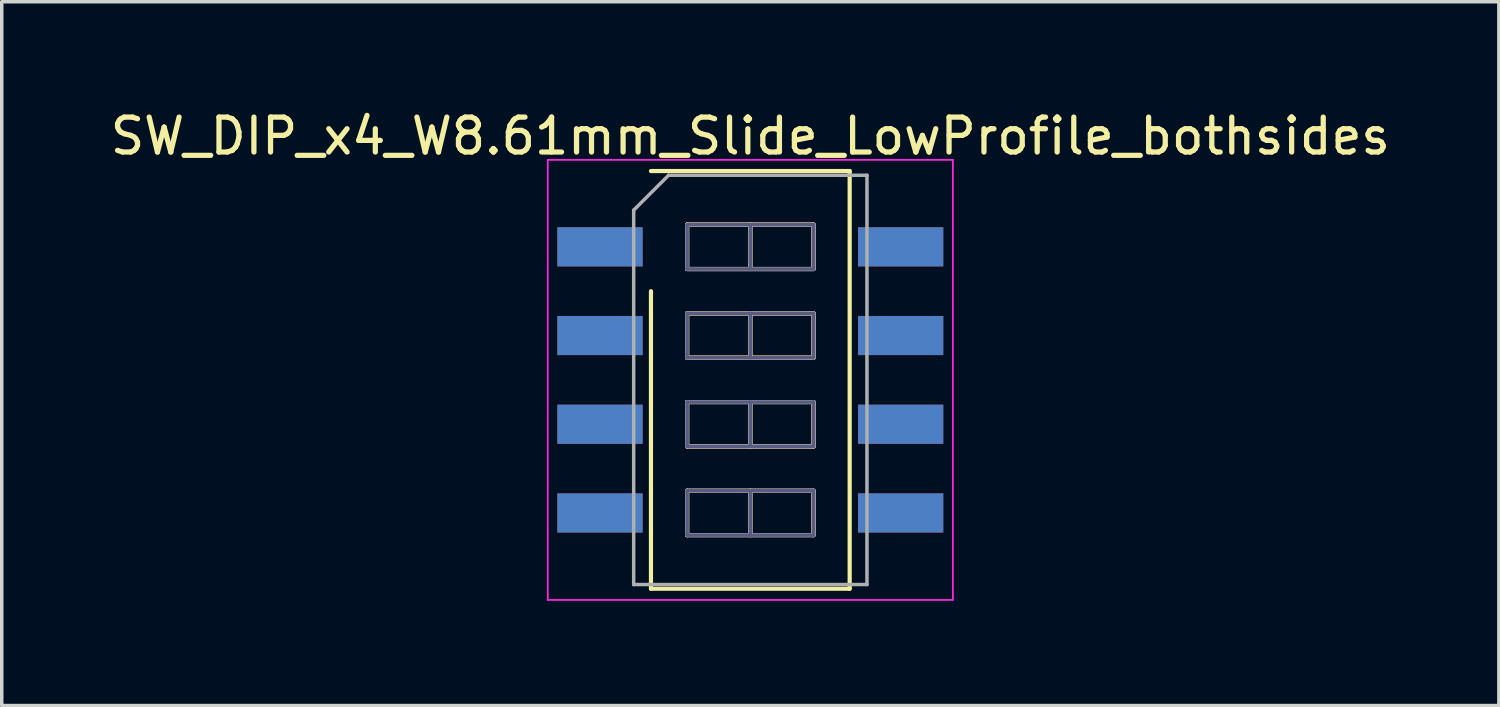
<source format=kicad_pcb>
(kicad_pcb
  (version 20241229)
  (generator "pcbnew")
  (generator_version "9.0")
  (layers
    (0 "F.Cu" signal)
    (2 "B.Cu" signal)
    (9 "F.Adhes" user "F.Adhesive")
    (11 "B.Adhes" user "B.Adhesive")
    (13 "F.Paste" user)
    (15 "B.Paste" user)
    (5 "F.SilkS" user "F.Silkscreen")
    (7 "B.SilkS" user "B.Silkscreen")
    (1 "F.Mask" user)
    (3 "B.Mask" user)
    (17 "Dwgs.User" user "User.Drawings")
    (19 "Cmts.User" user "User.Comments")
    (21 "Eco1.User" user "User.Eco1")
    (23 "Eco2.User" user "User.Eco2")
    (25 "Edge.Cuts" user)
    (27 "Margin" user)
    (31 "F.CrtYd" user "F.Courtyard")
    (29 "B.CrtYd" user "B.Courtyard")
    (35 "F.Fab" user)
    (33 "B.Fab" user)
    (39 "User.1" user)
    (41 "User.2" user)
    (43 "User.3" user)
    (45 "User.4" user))
  (footprint "SW_DIP_x4_W8.61mm_Slide_LowProfile_bothsides"
    (layer "F.Cu")
    (at 18.435 7.828)
    (property "Reference" "SW_DIP_x4_W8.61mm_Slide_LowProfile_bothsides" (at 0 -6.98 180) (layer "F.SilkS") (effects (font (size 1 1) (thickness 0.15))))
    (attr smd)
    (fp_line (start -2.845 -5.98) (end 2.845 -5.98) (stroke (width 0.12) (type solid)) (layer "F.SilkS"))
    (fp_line (start -2.845 5.98) (end -2.845 -2.54) (stroke (width 0.12) (type solid)) (layer "F.SilkS"))
    (fp_line (start -1.81 -4.445) (end -1.81 -3.175) (stroke (width 0.12) (type solid)) (layer "F.SilkS"))
    (fp_line (start -1.81 -3.175) (end 1.81 -3.175) (stroke (width 0.12) (type solid)) (layer "F.SilkS"))
    (fp_line (start -1.81 -1.905) (end -1.81 -0.635) (stroke (width 0.12) (type solid)) (layer "F.SilkS"))
    (fp_line (start -1.81 -0.635) (end 1.81 -0.635) (stroke (width 0.12) (type solid)) (layer "F.SilkS"))
    (fp_line (start -1.81 0.635) (end -1.81 1.905) (stroke (width 0.12) (type solid)) (layer "F.SilkS"))
    (fp_line (start -1.81 1.905) (end 1.81 1.905) (stroke (width 0.12) (type solid)) (layer "F.SilkS"))
    (fp_line (start -1.81 3.175) (end -1.81 4.445) (stroke (width 0.12) (type solid)) (layer "F.SilkS"))
    (fp_line (start -1.81 4.445) (end 1.81 4.445) (stroke (width 0.12) (type solid)) (layer "F.SilkS"))
    (fp_line (start 0 -4.445) (end 0 -3.175) (stroke (width 0.12) (type solid)) (layer "F.SilkS"))
    (fp_line (start 0 -1.905) (end 0 -0.635) (stroke (width 0.12) (type solid)) (layer "F.SilkS"))
    (fp_line (start 0 0.635) (end 0 1.905) (stroke (width 0.12) (type solid)) (layer "F.SilkS"))
    (fp_line (start 0 3.175) (end 0 4.445) (stroke (width 0.12) (type solid)) (layer "F.SilkS"))
    (fp_line (start 1.81 -4.445) (end -1.81 -4.445) (stroke (width 0.12) (type solid)) (layer "F.SilkS"))
    (fp_line (start 1.81 -3.175) (end 1.81 -4.445) (stroke (width 0.12) (type solid)) (layer "F.SilkS"))
    (fp_line (start 1.81 -1.905) (end -1.81 -1.905) (stroke (width 0.12) (type solid)) (layer "F.SilkS"))
    (fp_line (start 1.81 -0.635) (end 1.81 -1.905) (stroke (width 0.12) (type solid)) (layer "F.SilkS"))
    (fp_line (start 1.81 0.635) (end -1.81 0.635) (stroke (width 0.12) (type solid)) (layer "F.SilkS"))
    (fp_line (start 1.81 1.905) (end 1.81 0.635) (stroke (width 0.12) (type solid)) (layer "F.SilkS"))
    (fp_line (start 1.81 3.175) (end -1.81 3.175) (stroke (width 0.12) (type solid)) (layer "F.SilkS"))
    (fp_line (start 1.81 4.445) (end 1.81 3.175) (stroke (width 0.12) (type solid)) (layer "F.SilkS"))
    (fp_line (start 2.845 -5.98) (end 2.845 5.98) (stroke (width 0.12) (type solid)) (layer "F.SilkS"))
    (fp_line (start 2.845 5.98) (end -2.845 5.98) (stroke (width 0.12) (type solid)) (layer "F.SilkS"))
    (fp_line (start -1.81 -4.445) (end 1.81 -4.445) (stroke (width 0.12) (type solid)) (layer "B.SilkS"))
    (fp_line (start -1.81 -3.175) (end -1.81 -4.445) (stroke (width 0.12) (type solid)) (layer "B.SilkS"))
    (fp_line (start -1.81 -1.905) (end 1.81 -1.905) (stroke (width 0.12) (type solid)) (layer "B.SilkS"))
    (fp_line (start -1.81 -0.635) (end -1.81 -1.905) (stroke (width 0.12) (type solid)) (layer "B.SilkS"))
    (fp_line (start -1.81 0.635) (end 1.81 0.635) (stroke (width 0.12) (type solid)) (layer "B.SilkS"))
    (fp_line (start -1.81 1.905) (end -1.81 0.635) (stroke (width 0.12) (type solid)) (layer "B.SilkS"))
    (fp_line (start -1.81 3.175) (end 1.81 3.175) (stroke (width 0.12) (type solid)) (layer "B.SilkS"))
    (fp_line (start -1.81 4.445) (end -1.81 3.175) (stroke (width 0.12) (type solid)) (layer "B.SilkS"))
    (fp_line (start 0 -3.175) (end 0 -4.445) (stroke (width 0.12) (type solid)) (layer "B.SilkS"))
    (fp_line (start 0 -0.635) (end 0 -1.905) (stroke (width 0.12) (type solid)) (layer "B.SilkS"))
    (fp_line (start 0 1.905) (end 0 0.635) (stroke (width 0.12) (type solid)) (layer "B.SilkS"))
    (fp_line (start 0 4.445) (end 0 3.175) (stroke (width 0.12) (type solid)) (layer "B.SilkS"))
    (fp_line (start 1.81 -4.445) (end 1.81 -3.175) (stroke (width 0.12) (type solid)) (layer "B.SilkS"))
    (fp_line (start 1.81 -3.175) (end -1.81 -3.175) (stroke (width 0.12) (type solid)) (layer "B.SilkS"))
    (fp_line (start 1.81 -1.905) (end 1.81 -0.635) (stroke (width 0.12) (type solid)) (layer "B.SilkS"))
    (fp_line (start 1.81 -0.635) (end -1.81 -0.635) (stroke (width 0.12) (type solid)) (layer "B.SilkS"))
    (fp_line (start 1.81 0.635) (end 1.81 1.905) (stroke (width 0.12) (type solid)) (layer "B.SilkS"))
    (fp_line (start 1.81 1.905) (end -1.81 1.905) (stroke (width 0.12) (type solid)) (layer "B.SilkS"))
    (fp_line (start 1.81 3.175) (end 1.81 4.445) (stroke (width 0.12) (type solid)) (layer "B.SilkS"))
    (fp_line (start 1.81 4.445) (end -1.81 4.445) (stroke (width 0.12) (type solid)) (layer "B.SilkS"))
    (fp_line (start -5.8 -6.3) (end -5.8 6.3) (stroke (width 0.05) (type solid)) (layer "F.CrtYd"))
    (fp_line (start -5.8 6.3) (end 5.8 6.3) (stroke (width 0.05) (type solid)) (layer "F.CrtYd"))
    (fp_line (start 5.8 -6.3) (end -5.8 -6.3) (stroke (width 0.05) (type solid)) (layer "F.CrtYd"))
    (fp_line (start 5.8 6.3) (end 5.8 -6.3) (stroke (width 0.05) (type solid)) (layer "F.CrtYd"))
    (fp_line (start -1.81 -4.445) (end 1.81 -4.445) (stroke (width 0.1) (type solid)) (layer "B.Fab"))
    (fp_line (start -1.81 -3.175) (end -1.81 -4.445) (stroke (width 0.1) (type solid)) (layer "B.Fab"))
    (fp_line (start -1.81 -1.905) (end 1.81 -1.905) (stroke (width 0.1) (type solid)) (layer "B.Fab"))
    (fp_line (start -1.81 -0.635) (end -1.81 -1.905) (stroke (width 0.1) (type solid)) (layer "B.Fab"))
    (fp_line (start -1.81 0.635) (end 1.81 0.635) (stroke (width 0.1) (type solid)) (layer "B.Fab"))
    (fp_line (start -1.81 1.905) (end -1.81 0.635) (stroke (width 0.1) (type solid)) (layer "B.Fab"))
    (fp_line (start -1.81 3.175) (end 1.81 3.175) (stroke (width 0.1) (type solid)) (layer "B.Fab"))
    (fp_line (start -1.81 4.445) (end -1.81 3.175) (stroke (width 0.1) (type solid)) (layer "B.Fab"))
    (fp_line (start 0 -3.175) (end 0 -4.445) (stroke (width 0.1) (type solid)) (layer "B.Fab"))
    (fp_line (start 0 -0.635) (end 0 -1.905) (stroke (width 0.1) (type solid)) (layer "B.Fab"))
    (fp_line (start 0 1.905) (end 0 0.635) (stroke (width 0.1) (type solid)) (layer "B.Fab"))
    (fp_line (start 0 4.445) (end 0 3.175) (stroke (width 0.1) (type solid)) (layer "B.Fab"))
    (fp_line (start 1.81 -4.445) (end 1.81 -3.175) (stroke (width 0.1) (type solid)) (layer "B.Fab"))
    (fp_line (start 1.81 -3.175) (end -1.81 -3.175) (stroke (width 0.1) (type solid)) (layer "B.Fab"))
    (fp_line (start 1.81 -1.905) (end 1.81 -0.635) (stroke (width 0.1) (type solid)) (layer "B.Fab"))
    (fp_line (start 1.81 -0.635) (end -1.81 -0.635) (stroke (width 0.1) (type solid)) (layer "B.Fab"))
    (fp_line (start 1.81 0.635) (end 1.81 1.905) (stroke (width 0.1) (type solid)) (layer "B.Fab"))
    (fp_line (start 1.81 1.905) (end -1.81 1.905) (stroke (width 0.1) (type solid)) (layer "B.Fab"))
    (fp_line (start 1.81 3.175) (end 1.81 4.445) (stroke (width 0.1) (type solid)) (layer "B.Fab"))
    (fp_line (start 1.81 4.445) (end -1.81 4.445) (stroke (width 0.1) (type solid)) (layer "B.Fab"))
    (fp_line (start -3.34 -4.86) (end -2.34 -5.86) (stroke (width 0.1) (type solid)) (layer "F.Fab"))
    (fp_line (start -3.34 5.86) (end -3.34 -4.86) (stroke (width 0.1) (type solid)) (layer "F.Fab"))
    (fp_line (start -2.34 -5.86) (end 3.34 -5.86) (stroke (width 0.1) (type solid)) (layer "F.Fab"))
    (fp_line (start -1.81 -4.445) (end -1.81 -3.175) (stroke (width 0.1) (type solid)) (layer "F.Fab"))
    (fp_line (start -1.81 -3.175) (end 1.81 -3.175) (stroke (width 0.1) (type solid)) (layer "F.Fab"))
    (fp_line (start -1.81 -1.905) (end -1.81 -0.635) (stroke (width 0.1) (type solid)) (layer "F.Fab"))
    (fp_line (start -1.81 -0.635) (end 1.81 -0.635) (stroke (width 0.1) (type solid)) (layer "F.Fab"))
    (fp_line (start -1.81 0.635) (end -1.81 1.905) (stroke (width 0.1) (type solid)) (layer "F.Fab"))
    (fp_line (start -1.81 1.905) (end 1.81 1.905) (stroke (width 0.1) (type solid)) (layer "F.Fab"))
    (fp_line (start -1.81 3.175) (end -1.81 4.445) (stroke (width 0.1) (type solid)) (layer "F.Fab"))
    (fp_line (start -1.81 4.445) (end 1.81 4.445) (stroke (width 0.1) (type solid)) (layer "F.Fab"))
    (fp_line (start 0 -4.445) (end 0 -3.175) (stroke (width 0.1) (type solid)) (layer "F.Fab"))
    (fp_line (start 0 -1.905) (end 0 -0.635) (stroke (width 0.1) (type solid)) (layer "F.Fab"))
    (fp_line (start 0 0.635) (end 0 1.905) (stroke (width 0.1) (type solid)) (layer "F.Fab"))
    (fp_line (start 0 3.175) (end 0 4.445) (stroke (width 0.1) (type solid)) (layer "F.Fab"))
    (fp_line (start 1.81 -4.445) (end -1.81 -4.445) (stroke (width 0.1) (type solid)) (layer "F.Fab"))
    (fp_line (start 1.81 -3.175) (end 1.81 -4.445) (stroke (width 0.1) (type solid)) (layer "F.Fab"))
    (fp_line (start 1.81 -1.905) (end -1.81 -1.905) (stroke (width 0.1) (type solid)) (layer "F.Fab"))
    (fp_line (start 1.81 -0.635) (end 1.81 -1.905) (stroke (width 0.1) (type solid)) (layer "F.Fab"))
    (fp_line (start 1.81 0.635) (end -1.81 0.635) (stroke (width 0.1) (type solid)) (layer "F.Fab"))
    (fp_line (start 1.81 1.905) (end 1.81 0.635) (stroke (width 0.1) (type solid)) (layer "F.Fab"))
    (fp_line (start 1.81 3.175) (end -1.81 3.175) (stroke (width 0.1) (type solid)) (layer "F.Fab"))
    (fp_line (start 1.81 4.445) (end 1.81 3.175) (stroke (width 0.1) (type solid)) (layer "F.Fab"))
    (fp_line (start 3.34 -5.86) (end 3.34 5.86) (stroke (width 0.1) (type solid)) (layer "F.Fab"))
    (fp_line (start 3.34 5.86) (end -3.34 5.86) (stroke (width 0.1) (type solid)) (layer "F.Fab"))
    (pad "1" smd rect (at -4.305 -3.81) (size 2.44 1.12) (layers "F.Cu" "F.Mask"))
    (pad "1" smd rect (at -4.305 -3.81) (size 2.44 1.12) (layers "B.Cu" "B.Mask"))
    (pad "2" smd rect (at -4.305 -1.27) (size 2.44 1.12) (layers "F.Cu" "F.Mask"))
    (pad "2" smd rect (at -4.305 -1.27) (size 2.44 1.12) (layers "B.Cu" "B.Mask"))
    (pad "3" smd rect (at -4.305 1.27) (size 2.44 1.12) (layers "F.Cu" "F.Mask"))
    (pad "3" smd rect (at -4.305 1.27) (size 2.44 1.12) (layers "B.Cu" "B.Mask"))
    (pad "4" smd rect (at -4.305 3.81) (size 2.44 1.12) (layers "F.Cu" "F.Mask"))
    (pad "4" smd rect (at -4.305 3.81) (size 2.44 1.12) (layers "B.Cu" "B.Mask"))
    (pad "5" smd rect (at 4.305 3.81) (size 2.44 1.12) (layers "F.Cu" "F.Mask"))
    (pad "5" smd rect (at 4.305 3.81) (size 2.44 1.12) (layers "B.Cu" "B.Mask"))
    (pad "6" smd rect (at 4.305 1.27) (size 2.44 1.12) (layers "F.Cu" "F.Mask"))
    (pad "6" smd rect (at 4.305 1.27) (size 2.44 1.12) (layers "B.Cu" "B.Mask"))
    (pad "7" smd rect (at 4.305 -1.27) (size 2.44 1.12) (layers "F.Cu" "F.Mask"))
    (pad "7" smd rect (at 4.305 -1.27) (size 2.44 1.12) (layers "B.Cu" "B.Mask"))
    (pad "8" smd rect (at 4.305 -3.81) (size 2.44 1.12) (layers "F.Cu" "F.Mask"))
    (pad "8" smd rect (at 4.305 -3.81) (size 2.44 1.12) (layers "B.Cu" "B.Mask")))
  (gr_rect
    (start -3 -3)
    (end 39.869 17.153)
    (stroke (width 0.1) (type default))
    (fill no)
    (layer "Edge.Cuts")))
</source>
